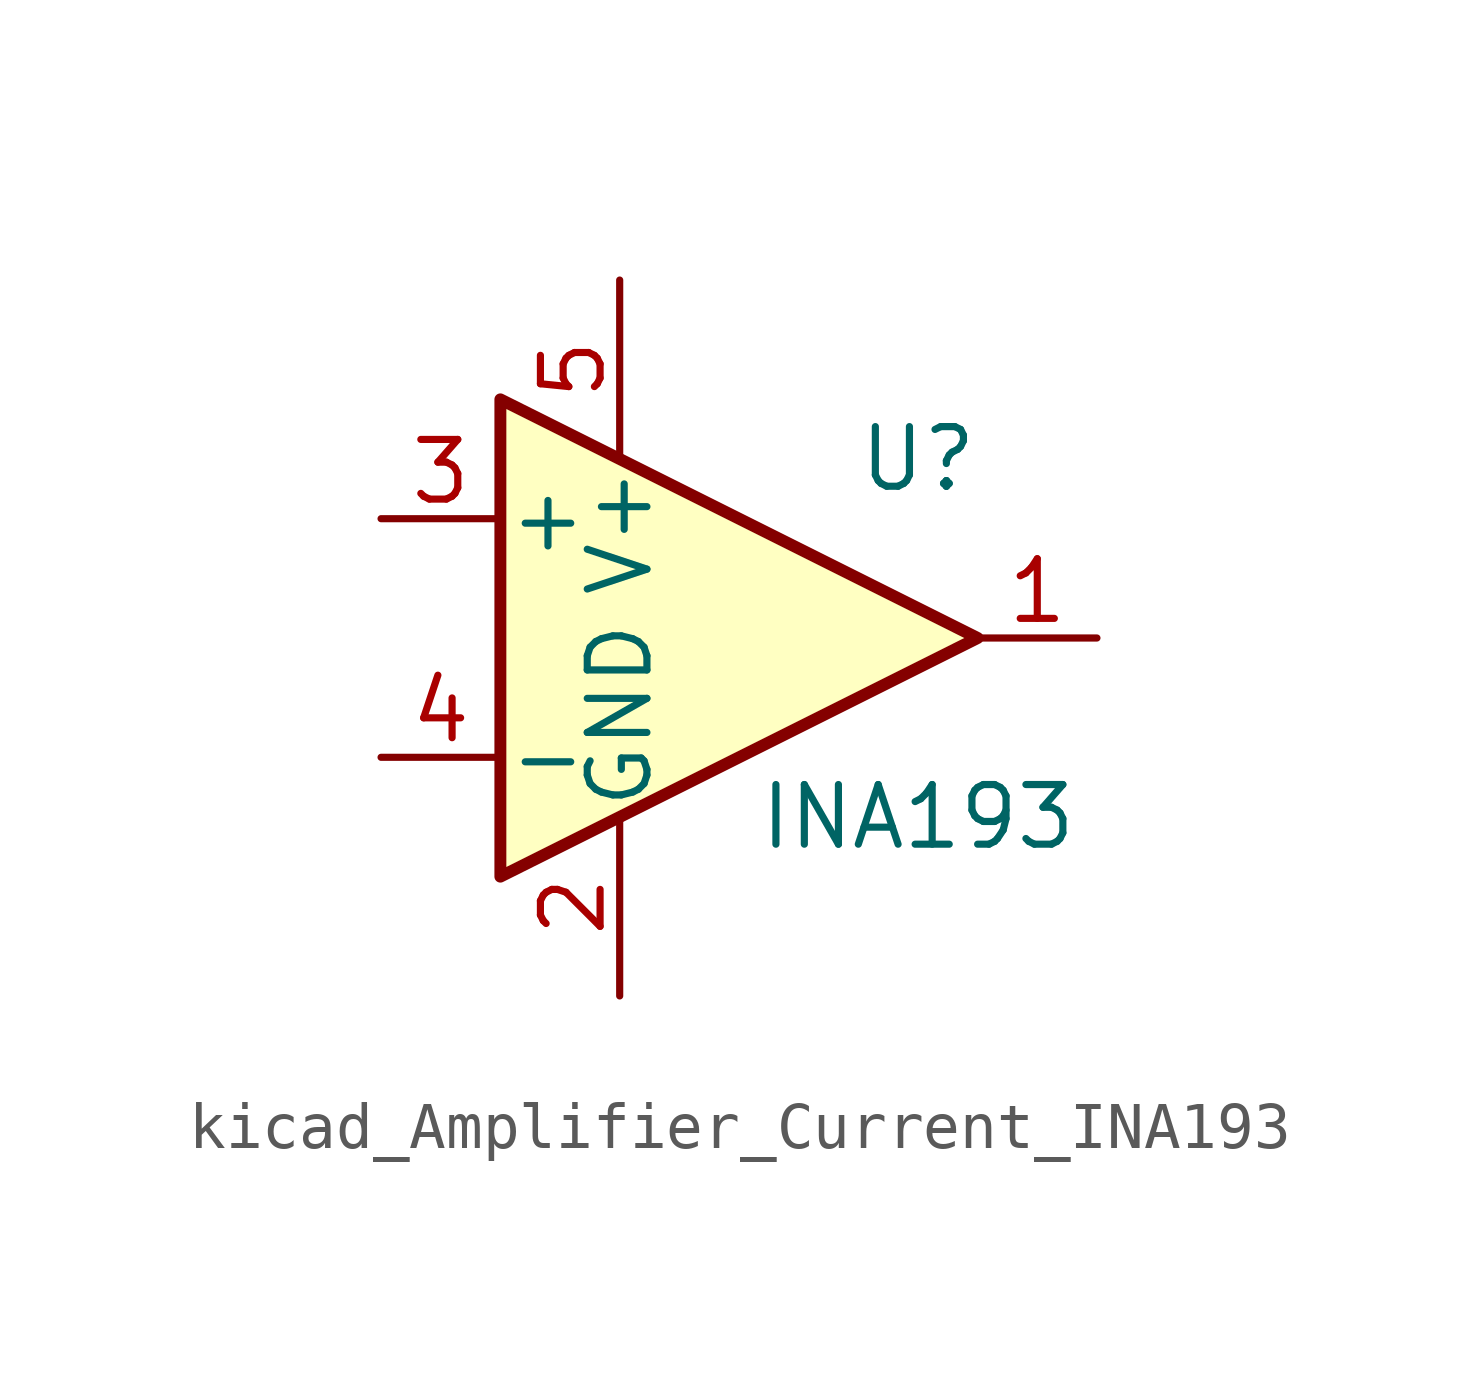
<source format=kicad_sym>
(kicad_symbol_lib
  (version 20220914)
  (generator kicad_symbol_editor)
  (symbol "kicad_Amplifier_Current_INA193"
    (pin_names
      (offset 0.127))
    (property "Reference" "U"
      (at 3.81 3.81 0)
      (effects (font (size 1.27 1.27))))
    (property "Value" "INA193"
      (at 3.81 -3.81 0)
      (effects (font (size 1.27 1.27))))
    (symbol "kicad_Amplifier_Current_INA193_0_1"
      (polyline (pts (xy 5.08 0) (xy -5.08 5.08) (xy -5.08 -5.08) (xy 5.08 0)) (stroke (width 0.254) (type default)) (fill (type background))))
    (symbol "kicad_Amplifier_Current_INA193_1_1"
      (pin output line (at 7.62 0 180) (length 2.54) (name "~" (effects (font (size 1.27 1.27)))) (number "1" (effects (font (size 1.27 1.27)))))
      (pin power_in line (at -2.54 -7.62 90) (length 3.81) (name "GND" (effects (font (size 1.27 1.27)))) (number "2" (effects (font (size 1.27 1.27)))))
      (pin input line (at -7.62 2.54 0) (length 2.54) (name "+" (effects (font (size 1.27 1.27)))) (number "3" (effects (font (size 1.27 1.27)))))
      (pin input line (at -7.62 -2.54 0) (length 2.54) (name "-" (effects (font (size 1.27 1.27)))) (number "4" (effects (font (size 1.27 1.27)))))
      (pin power_in line (at -2.54 7.62 270) (length 3.81) (name "V+" (effects (font (size 1.27 1.27)))) (number "5" (effects (font (size 1.27 1.27))))))))
</source>
